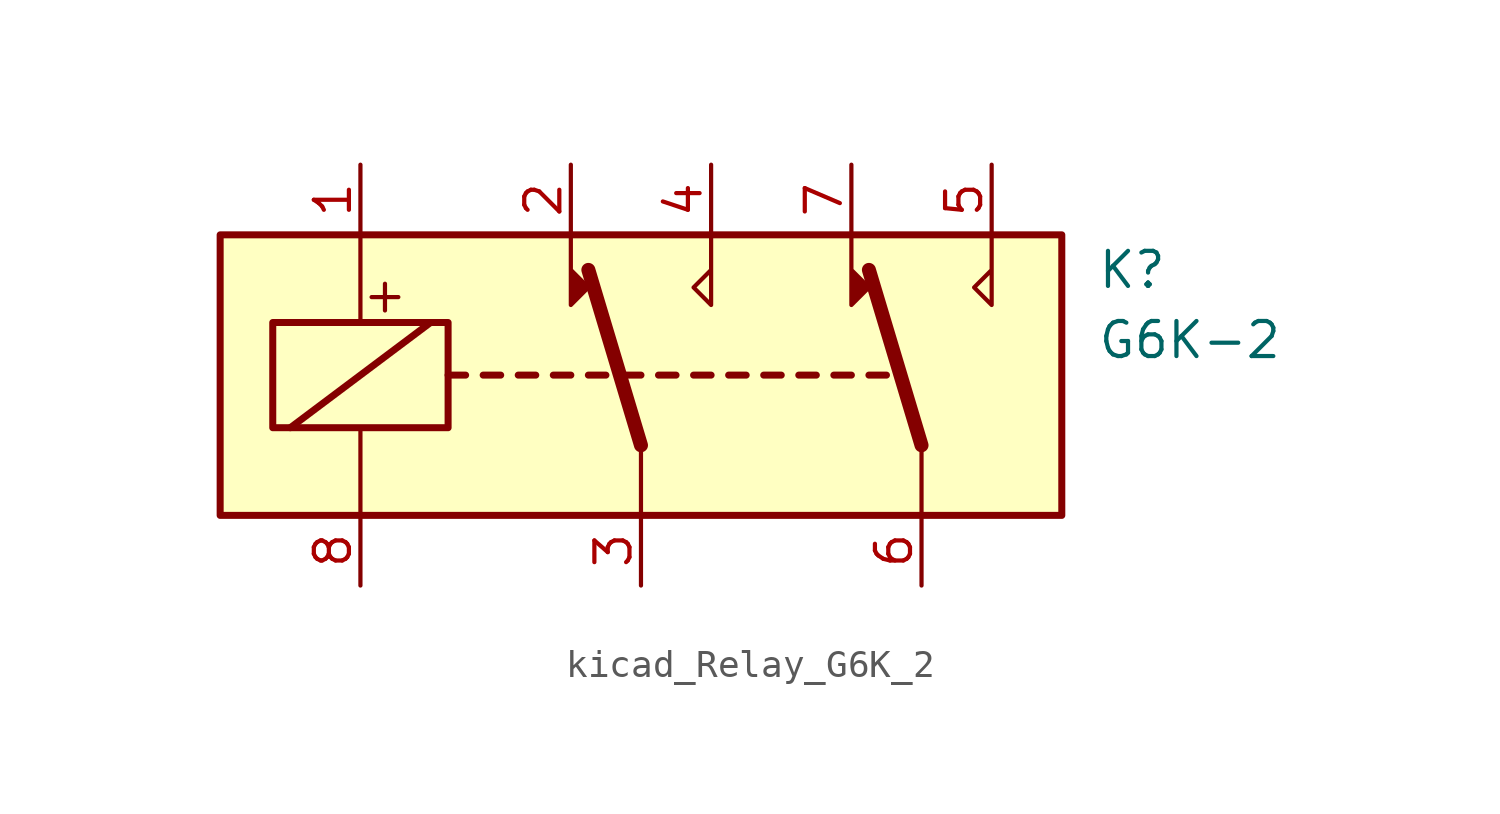
<source format=kicad_sym>
(kicad_symbol_lib
  (version 20220914)
  (generator kicad_symbol_editor)
  (symbol "kicad_Relay_G6K_2"
    (property "Reference" "K"
      (at 16.51 3.81 0)
      (effects (font (size 1.27 1.27)) (justify left)))
    (property "Value" "G6K-2"
      (at 16.51 1.27 0)
      (effects (font (size 1.27 1.27)) (justify left)))
    (symbol "kicad_Relay_G6K_2_0_0"
      (text "+" (at -9.271 2.921 0) (effects (font (size 1.27 1.27)))))
    (symbol "kicad_Relay_G6K_2_0_1"
      (rectangle (start -15.24 5.08) (end 15.24 -5.08) (stroke (width 0.254) (type default)) (fill (type background)))
      (rectangle (start -13.335 1.905) (end -6.985 -1.905) (stroke (width 0.254) (type default)) (fill (type none)))
      (polyline (pts (xy -12.7 -1.905) (xy -7.62 1.905)) (stroke (width 0.254) (type default)) (fill (type none)))
      (polyline (pts (xy -10.16 -5.08) (xy -10.16 -1.905)) (stroke (width 0) (type default)) (fill (type none)))
      (polyline (pts (xy -10.16 5.08) (xy -10.16 1.905)) (stroke (width 0) (type default)) (fill (type none)))
      (polyline (pts (xy -6.985 0) (xy -6.35 0)) (stroke (width 0.254) (type default)) (fill (type none)))
      (polyline (pts (xy -5.715 0) (xy -5.08 0)) (stroke (width 0.254) (type default)) (fill (type none)))
      (polyline (pts (xy -4.445 0) (xy -3.81 0)) (stroke (width 0.254) (type default)) (fill (type none)))
      (polyline (pts (xy -3.175 0) (xy -2.54 0)) (stroke (width 0.254) (type default)) (fill (type none)))
      (polyline (pts (xy -1.905 0) (xy -1.27 0)) (stroke (width 0.254) (type default)) (fill (type none)))
      (polyline (pts (xy -0.635 0) (xy 0 0)) (stroke (width 0.254) (type default)) (fill (type none)))
      (polyline (pts (xy 0 -2.54) (xy -1.905 3.81)) (stroke (width 0.508) (type default)) (fill (type none)))
      (polyline (pts (xy 0 -2.54) (xy 0 -5.08)) (stroke (width 0) (type default)) (fill (type none)))
      (polyline (pts (xy 0.635 0) (xy 1.27 0)) (stroke (width 0.254) (type default)) (fill (type none)))
      (polyline (pts (xy 1.905 0) (xy 2.54 0)) (stroke (width 0.254) (type default)) (fill (type none)))
      (polyline (pts (xy 3.175 0) (xy 3.81 0)) (stroke (width 0.254) (type default)) (fill (type none)))
      (polyline (pts (xy 4.445 0) (xy 5.08 0)) (stroke (width 0.254) (type default)) (fill (type none)))
      (polyline (pts (xy 5.715 0) (xy 6.35 0)) (stroke (width 0.254) (type default)) (fill (type none)))
      (polyline (pts (xy 6.985 0) (xy 7.62 0)) (stroke (width 0.254) (type default)) (fill (type none)))
      (polyline (pts (xy 8.255 0) (xy 8.89 0)) (stroke (width 0.254) (type default)) (fill (type none)))
      (polyline (pts (xy 10.16 -2.54) (xy 8.255 3.81)) (stroke (width 0.508) (type default)) (fill (type none)))
      (polyline (pts (xy 10.16 -2.54) (xy 10.16 -5.08)) (stroke (width 0) (type default)) (fill (type none)))
      (polyline (pts (xy -2.54 5.08) (xy -2.54 2.54) (xy -1.905 3.175) (xy -2.54 3.81)) (stroke (width 0) (type default)) (fill (type outline)))
      (polyline (pts (xy 2.54 5.08) (xy 2.54 2.54) (xy 1.905 3.175) (xy 2.54 3.81)) (stroke (width 0) (type default)) (fill (type none)))
      (polyline (pts (xy 7.62 5.08) (xy 7.62 2.54) (xy 8.255 3.175) (xy 7.62 3.81)) (stroke (width 0) (type default)) (fill (type outline)))
      (polyline (pts (xy 12.7 5.08) (xy 12.7 2.54) (xy 12.065 3.175) (xy 12.7 3.81)) (stroke (width 0) (type default)) (fill (type none))))
    (symbol "kicad_Relay_G6K_2_1_1"
      (pin passive line (at -10.16 7.62 270) (length 2.54) (name "~" (effects (font (size 1.27 1.27)))) (number "1" (effects (font (size 1.27 1.27)))))
      (pin passive line (at -2.54 7.62 270) (length 2.54) (name "~" (effects (font (size 1.27 1.27)))) (number "2" (effects (font (size 1.27 1.27)))))
      (pin passive line (at 0 -7.62 90) (length 2.54) (name "~" (effects (font (size 1.27 1.27)))) (number "3" (effects (font (size 1.27 1.27)))))
      (pin passive line (at 2.54 7.62 270) (length 2.54) (name "~" (effects (font (size 1.27 1.27)))) (number "4" (effects (font (size 1.27 1.27)))))
      (pin passive line (at 12.7 7.62 270) (length 2.54) (name "~" (effects (font (size 1.27 1.27)))) (number "5" (effects (font (size 1.27 1.27)))))
      (pin passive line (at 10.16 -7.62 90) (length 2.54) (name "~" (effects (font (size 1.27 1.27)))) (number "6" (effects (font (size 1.27 1.27)))))
      (pin passive line (at 7.62 7.62 270) (length 2.54) (name "~" (effects (font (size 1.27 1.27)))) (number "7" (effects (font (size 1.27 1.27)))))
      (pin passive line (at -10.16 -7.62 90) (length 2.54) (name "~" (effects (font (size 1.27 1.27)))) (number "8" (effects (font (size 1.27 1.27))))))))
</source>
